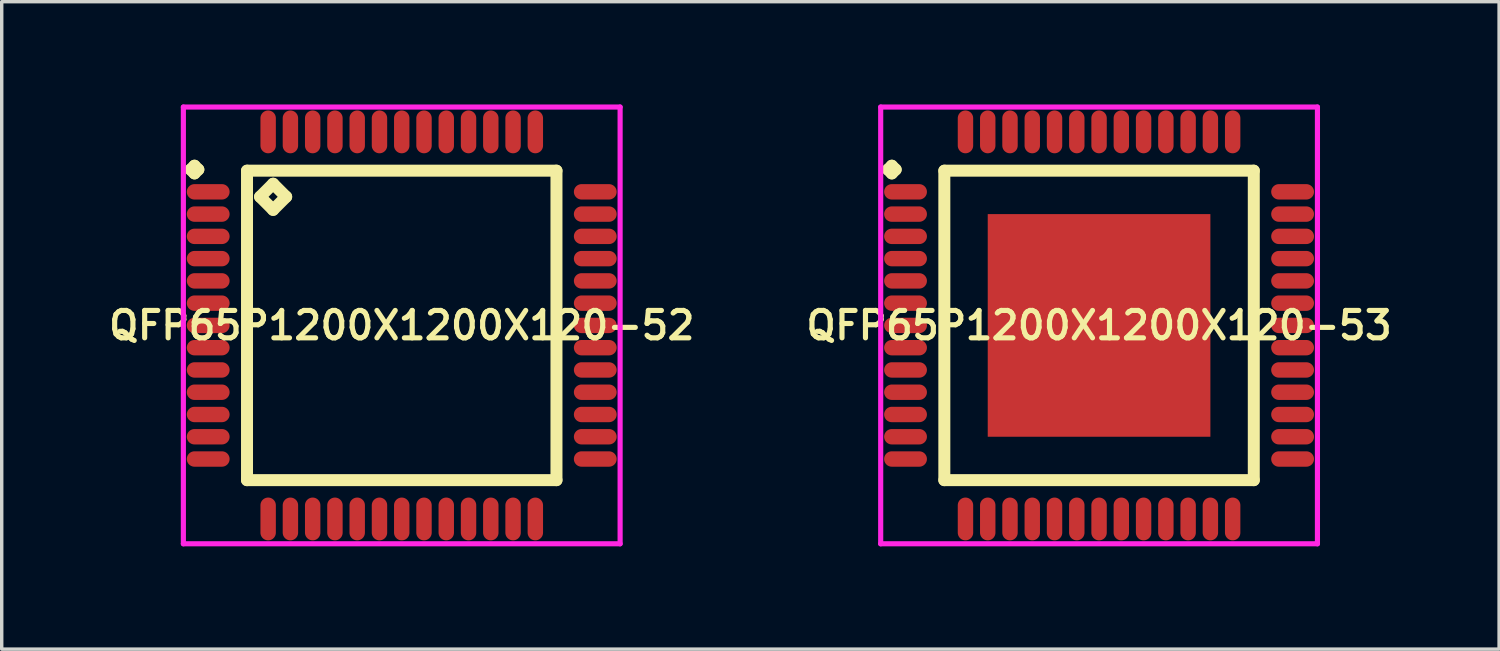
<source format=kicad_pcb>
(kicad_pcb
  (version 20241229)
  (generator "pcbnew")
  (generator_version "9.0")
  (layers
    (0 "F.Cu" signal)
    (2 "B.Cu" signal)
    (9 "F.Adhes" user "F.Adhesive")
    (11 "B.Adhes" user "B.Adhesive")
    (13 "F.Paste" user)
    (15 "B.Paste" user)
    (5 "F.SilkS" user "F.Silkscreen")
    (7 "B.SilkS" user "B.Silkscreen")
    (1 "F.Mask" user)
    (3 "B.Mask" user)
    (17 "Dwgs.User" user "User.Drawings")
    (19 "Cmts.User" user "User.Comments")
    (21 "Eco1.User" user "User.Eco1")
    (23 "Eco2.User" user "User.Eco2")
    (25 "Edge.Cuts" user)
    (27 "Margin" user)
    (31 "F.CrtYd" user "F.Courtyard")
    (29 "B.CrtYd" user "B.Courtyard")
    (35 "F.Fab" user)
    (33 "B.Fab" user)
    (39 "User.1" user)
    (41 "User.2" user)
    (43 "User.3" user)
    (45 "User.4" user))
  (footprint "QFP65P1200X1200X120-52"
    (layer "F.Cu")
    (at 8.678 6.45)
    (property "Reference" "QFP65P1200X1200X120-52" (at 0 0 0) (layer "F.SilkS") (effects (font (size 0.8 0.8) (thickness 0.15))))
    (attr smd)
    (fp_line (start -6.162 -4.55) (end -6.05 -4.662) (stroke (width 0.35) (type solid)) (layer "F.SilkS"))
    (fp_line (start -6.05 -4.662) (end -5.938 -4.55) (stroke (width 0.35) (type solid)) (layer "F.SilkS"))
    (fp_line (start -6.05 -4.438) (end -6.162 -4.55) (stroke (width 0.35) (type solid)) (layer "F.SilkS"))
    (fp_line (start -5.938 -4.55) (end -6.05 -4.438) (stroke (width 0.35) (type solid)) (layer "F.SilkS"))
    (fp_line (start -4.517 -4.517) (end -4.517 4.517) (stroke (width 0.35) (type solid)) (layer "F.SilkS"))
    (fp_line (start -4.517 4.517) (end 4.517 4.517) (stroke (width 0.35) (type solid)) (layer "F.SilkS"))
    (fp_line (start -4.136 -3.755) (end -3.755 -4.136) (stroke (width 0.35) (type solid)) (layer "F.SilkS"))
    (fp_line (start -3.755 -4.136) (end -3.374 -3.755) (stroke (width 0.35) (type solid)) (layer "F.SilkS"))
    (fp_line (start -3.755 -3.374) (end -4.136 -3.755) (stroke (width 0.35) (type solid)) (layer "F.SilkS"))
    (fp_line (start -3.374 -3.755) (end -3.755 -3.374) (stroke (width 0.35) (type solid)) (layer "F.SilkS"))
    (fp_line (start 4.517 -4.517) (end -4.517 -4.517) (stroke (width 0.35) (type solid)) (layer "F.SilkS"))
    (fp_line (start 4.517 4.517) (end 4.517 -4.517) (stroke (width 0.35) (type solid)) (layer "F.SilkS"))
    (fp_line (start -6.375 -6.375) (end 6.375 -6.375) (stroke (width 0.15) (type solid)) (layer "F.CrtYd"))
    (fp_line (start -6.375 6.375) (end -6.375 -6.375) (stroke (width 0.15) (type solid)) (layer "F.CrtYd"))
    (fp_line (start 6.375 -6.375) (end 6.375 6.375) (stroke (width 0.15) (type solid)) (layer "F.CrtYd"))
    (fp_line (start 6.375 6.375) (end -6.375 6.375) (stroke (width 0.15) (type solid)) (layer "F.CrtYd"))
    (pad "1" smd oval (at -5.65 -3.9) (size 1.25 0.45) (layers "F.Cu" "F.Mask" "F.Paste"))
    (pad "2" smd oval (at -5.65 -3.25) (size 1.25 0.45) (layers "F.Cu" "F.Mask" "F.Paste"))
    (pad "3" smd oval (at -5.65 -2.6) (size 1.25 0.45) (layers "F.Cu" "F.Mask" "F.Paste"))
    (pad "4" smd oval (at -5.65 -1.95) (size 1.25 0.45) (layers "F.Cu" "F.Mask" "F.Paste"))
    (pad "5" smd oval (at -5.65 -1.3) (size 1.25 0.45) (layers "F.Cu" "F.Mask" "F.Paste"))
    (pad "6" smd oval (at -5.65 -0.65) (size 1.25 0.45) (layers "F.Cu" "F.Mask" "F.Paste"))
    (pad "7" smd oval (at -5.65 0) (size 1.25 0.45) (layers "F.Cu" "F.Mask" "F.Paste"))
    (pad "8" smd oval (at -5.65 0.65) (size 1.25 0.45) (layers "F.Cu" "F.Mask" "F.Paste"))
    (pad "9" smd oval (at -5.65 1.3) (size 1.25 0.45) (layers "F.Cu" "F.Mask" "F.Paste"))
    (pad "10" smd oval (at -5.65 1.95) (size 1.25 0.45) (layers "F.Cu" "F.Mask" "F.Paste"))
    (pad "11" smd oval (at -5.65 2.6) (size 1.25 0.45) (layers "F.Cu" "F.Mask" "F.Paste"))
    (pad "12" smd oval (at -5.65 3.25) (size 1.25 0.45) (layers "F.Cu" "F.Mask" "F.Paste"))
    (pad "13" smd oval (at -5.65 3.9) (size 1.25 0.45) (layers "F.Cu" "F.Mask" "F.Paste"))
    (pad "14" smd oval (at -3.9 5.65) (size 0.45 1.25) (layers "F.Cu" "F.Mask" "F.Paste"))
    (pad "15" smd oval (at -3.25 5.65) (size 0.45 1.25) (layers "F.Cu" "F.Mask" "F.Paste"))
    (pad "16" smd oval (at -2.6 5.65) (size 0.45 1.25) (layers "F.Cu" "F.Mask" "F.Paste"))
    (pad "17" smd oval (at -1.95 5.65) (size 0.45 1.25) (layers "F.Cu" "F.Mask" "F.Paste"))
    (pad "18" smd oval (at -1.3 5.65) (size 0.45 1.25) (layers "F.Cu" "F.Mask" "F.Paste"))
    (pad "19" smd oval (at -0.65 5.65) (size 0.45 1.25) (layers "F.Cu" "F.Mask" "F.Paste"))
    (pad "20" smd oval (at 0 5.65) (size 0.45 1.25) (layers "F.Cu" "F.Mask" "F.Paste"))
    (pad "21" smd oval (at 0.65 5.65) (size 0.45 1.25) (layers "F.Cu" "F.Mask" "F.Paste"))
    (pad "22" smd oval (at 1.3 5.65) (size 0.45 1.25) (layers "F.Cu" "F.Mask" "F.Paste"))
    (pad "23" smd oval (at 1.95 5.65) (size 0.45 1.25) (layers "F.Cu" "F.Mask" "F.Paste"))
    (pad "24" smd oval (at 2.6 5.65) (size 0.45 1.25) (layers "F.Cu" "F.Mask" "F.Paste"))
    (pad "25" smd oval (at 3.25 5.65) (size 0.45 1.25) (layers "F.Cu" "F.Mask" "F.Paste"))
    (pad "26" smd oval (at 3.9 5.65) (size 0.45 1.25) (layers "F.Cu" "F.Mask" "F.Paste"))
    (pad "27" smd oval (at 5.65 3.9) (size 1.25 0.45) (layers "F.Cu" "F.Mask" "F.Paste"))
    (pad "28" smd oval (at 5.65 3.25) (size 1.25 0.45) (layers "F.Cu" "F.Mask" "F.Paste"))
    (pad "29" smd oval (at 5.65 2.6) (size 1.25 0.45) (layers "F.Cu" "F.Mask" "F.Paste"))
    (pad "30" smd oval (at 5.65 1.95) (size 1.25 0.45) (layers "F.Cu" "F.Mask" "F.Paste"))
    (pad "31" smd oval (at 5.65 1.3) (size 1.25 0.45) (layers "F.Cu" "F.Mask" "F.Paste"))
    (pad "32" smd oval (at 5.65 0.65) (size 1.25 0.45) (layers "F.Cu" "F.Mask" "F.Paste"))
    (pad "33" smd oval (at 5.65 0) (size 1.25 0.45) (layers "F.Cu" "F.Mask" "F.Paste"))
    (pad "34" smd oval (at 5.65 -0.65) (size 1.25 0.45) (layers "F.Cu" "F.Mask" "F.Paste"))
    (pad "35" smd oval (at 5.65 -1.3) (size 1.25 0.45) (layers "F.Cu" "F.Mask" "F.Paste"))
    (pad "36" smd oval (at 5.65 -1.95) (size 1.25 0.45) (layers "F.Cu" "F.Mask" "F.Paste"))
    (pad "37" smd oval (at 5.65 -2.6) (size 1.25 0.45) (layers "F.Cu" "F.Mask" "F.Paste"))
    (pad "38" smd oval (at 5.65 -3.25) (size 1.25 0.45) (layers "F.Cu" "F.Mask" "F.Paste"))
    (pad "39" smd oval (at 5.65 -3.9) (size 1.25 0.45) (layers "F.Cu" "F.Mask" "F.Paste"))
    (pad "40" smd oval (at 3.9 -5.65) (size 0.45 1.25) (layers "F.Cu" "F.Mask" "F.Paste"))
    (pad "41" smd oval (at 3.25 -5.65) (size 0.45 1.25) (layers "F.Cu" "F.Mask" "F.Paste"))
    (pad "42" smd oval (at 2.6 -5.65) (size 0.45 1.25) (layers "F.Cu" "F.Mask" "F.Paste"))
    (pad "43" smd oval (at 1.95 -5.65) (size 0.45 1.25) (layers "F.Cu" "F.Mask" "F.Paste"))
    (pad "44" smd oval (at 1.3 -5.65) (size 0.45 1.25) (layers "F.Cu" "F.Mask" "F.Paste"))
    (pad "45" smd oval (at 0.65 -5.65) (size 0.45 1.25) (layers "F.Cu" "F.Mask" "F.Paste"))
    (pad "46" smd oval (at 0 -5.65) (size 0.45 1.25) (layers "F.Cu" "F.Mask" "F.Paste"))
    (pad "47" smd oval (at -0.65 -5.65) (size 0.45 1.25) (layers "F.Cu" "F.Mask" "F.Paste"))
    (pad "48" smd oval (at -1.3 -5.65) (size 0.45 1.25) (layers "F.Cu" "F.Mask" "F.Paste"))
    (pad "49" smd oval (at -1.95 -5.65) (size 0.45 1.25) (layers "F.Cu" "F.Mask" "F.Paste"))
    (pad "50" smd oval (at -2.6 -5.65) (size 0.45 1.25) (layers "F.Cu" "F.Mask" "F.Paste"))
    (pad "51" smd oval (at -3.25 -5.65) (size 0.45 1.25) (layers "F.Cu" "F.Mask" "F.Paste"))
    (pad "52" smd oval (at -3.9 -5.65) (size 0.45 1.25) (layers "F.Cu" "F.Mask" "F.Paste")))
  (footprint "QFP65P1200X1200X120-53"
    (layer "F.Cu")
    (at 29.035 6.45)
    (property "Reference" "QFP65P1200X1200X120-53" (at 0 0 0) (layer "F.SilkS") (effects (font (size 0.8 0.8) (thickness 0.15))))
    (attr smd)
    (fp_line (start -6.162 -4.55) (end -6.05 -4.662) (stroke (width 0.35) (type solid)) (layer "F.SilkS"))
    (fp_line (start -6.05 -4.662) (end -5.938 -4.55) (stroke (width 0.35) (type solid)) (layer "F.SilkS"))
    (fp_line (start -6.05 -4.438) (end -6.162 -4.55) (stroke (width 0.35) (type solid)) (layer "F.SilkS"))
    (fp_line (start -5.938 -4.55) (end -6.05 -4.438) (stroke (width 0.35) (type solid)) (layer "F.SilkS"))
    (fp_line (start -4.517 -4.517) (end -4.517 4.517) (stroke (width 0.35) (type solid)) (layer "F.SilkS"))
    (fp_line (start -4.517 4.517) (end 4.517 4.517) (stroke (width 0.35) (type solid)) (layer "F.SilkS"))
    (fp_line (start 4.517 -4.517) (end -4.517 -4.517) (stroke (width 0.35) (type solid)) (layer "F.SilkS"))
    (fp_line (start 4.517 4.517) (end 4.517 -4.517) (stroke (width 0.35) (type solid)) (layer "F.SilkS"))
    (fp_line (start -6.375 -6.375) (end 6.375 -6.375) (stroke (width 0.15) (type solid)) (layer "F.CrtYd"))
    (fp_line (start -6.375 6.375) (end -6.375 -6.375) (stroke (width 0.15) (type solid)) (layer "F.CrtYd"))
    (fp_line (start 6.375 -6.375) (end 6.375 6.375) (stroke (width 0.15) (type solid)) (layer "F.CrtYd"))
    (fp_line (start 6.375 6.375) (end -6.375 6.375) (stroke (width 0.15) (type solid)) (layer "F.CrtYd"))
    (pad "1" smd oval (at -5.65 -3.9) (size 1.25 0.45) (layers "F.Cu" "F.Mask" "F.Paste"))
    (pad "2" smd oval (at -5.65 -3.25) (size 1.25 0.45) (layers "F.Cu" "F.Mask" "F.Paste"))
    (pad "3" smd oval (at -5.65 -2.6) (size 1.25 0.45) (layers "F.Cu" "F.Mask" "F.Paste"))
    (pad "4" smd oval (at -5.65 -1.95) (size 1.25 0.45) (layers "F.Cu" "F.Mask" "F.Paste"))
    (pad "5" smd oval (at -5.65 -1.3) (size 1.25 0.45) (layers "F.Cu" "F.Mask" "F.Paste"))
    (pad "6" smd oval (at -5.65 -0.65) (size 1.25 0.45) (layers "F.Cu" "F.Mask" "F.Paste"))
    (pad "7" smd oval (at -5.65 0) (size 1.25 0.45) (layers "F.Cu" "F.Mask" "F.Paste"))
    (pad "8" smd oval (at -5.65 0.65) (size 1.25 0.45) (layers "F.Cu" "F.Mask" "F.Paste"))
    (pad "9" smd oval (at -5.65 1.3) (size 1.25 0.45) (layers "F.Cu" "F.Mask" "F.Paste"))
    (pad "10" smd oval (at -5.65 1.95) (size 1.25 0.45) (layers "F.Cu" "F.Mask" "F.Paste"))
    (pad "11" smd oval (at -5.65 2.6) (size 1.25 0.45) (layers "F.Cu" "F.Mask" "F.Paste"))
    (pad "12" smd oval (at -5.65 3.25) (size 1.25 0.45) (layers "F.Cu" "F.Mask" "F.Paste"))
    (pad "13" smd oval (at -5.65 3.9) (size 1.25 0.45) (layers "F.Cu" "F.Mask" "F.Paste"))
    (pad "14" smd oval (at -3.9 5.65) (size 0.45 1.25) (layers "F.Cu" "F.Mask" "F.Paste"))
    (pad "15" smd oval (at -3.25 5.65) (size 0.45 1.25) (layers "F.Cu" "F.Mask" "F.Paste"))
    (pad "16" smd oval (at -2.6 5.65) (size 0.45 1.25) (layers "F.Cu" "F.Mask" "F.Paste"))
    (pad "17" smd oval (at -1.95 5.65) (size 0.45 1.25) (layers "F.Cu" "F.Mask" "F.Paste"))
    (pad "18" smd oval (at -1.3 5.65) (size 0.45 1.25) (layers "F.Cu" "F.Mask" "F.Paste"))
    (pad "19" smd oval (at -0.65 5.65) (size 0.45 1.25) (layers "F.Cu" "F.Mask" "F.Paste"))
    (pad "20" smd oval (at 0 5.65) (size 0.45 1.25) (layers "F.Cu" "F.Mask" "F.Paste"))
    (pad "21" smd oval (at 0.65 5.65) (size 0.45 1.25) (layers "F.Cu" "F.Mask" "F.Paste"))
    (pad "22" smd oval (at 1.3 5.65) (size 0.45 1.25) (layers "F.Cu" "F.Mask" "F.Paste"))
    (pad "23" smd oval (at 1.95 5.65) (size 0.45 1.25) (layers "F.Cu" "F.Mask" "F.Paste"))
    (pad "24" smd oval (at 2.6 5.65) (size 0.45 1.25) (layers "F.Cu" "F.Mask" "F.Paste"))
    (pad "25" smd oval (at 3.25 5.65) (size 0.45 1.25) (layers "F.Cu" "F.Mask" "F.Paste"))
    (pad "26" smd oval (at 3.9 5.65) (size 0.45 1.25) (layers "F.Cu" "F.Mask" "F.Paste"))
    (pad "27" smd oval (at 5.65 3.9) (size 1.25 0.45) (layers "F.Cu" "F.Mask" "F.Paste"))
    (pad "28" smd oval (at 5.65 3.25) (size 1.25 0.45) (layers "F.Cu" "F.Mask" "F.Paste"))
    (pad "29" smd oval (at 5.65 2.6) (size 1.25 0.45) (layers "F.Cu" "F.Mask" "F.Paste"))
    (pad "30" smd oval (at 5.65 1.95) (size 1.25 0.45) (layers "F.Cu" "F.Mask" "F.Paste"))
    (pad "31" smd oval (at 5.65 1.3) (size 1.25 0.45) (layers "F.Cu" "F.Mask" "F.Paste"))
    (pad "32" smd oval (at 5.65 0.65) (size 1.25 0.45) (layers "F.Cu" "F.Mask" "F.Paste"))
    (pad "33" smd oval (at 5.65 0) (size 1.25 0.45) (layers "F.Cu" "F.Mask" "F.Paste"))
    (pad "34" smd oval (at 5.65 -0.65) (size 1.25 0.45) (layers "F.Cu" "F.Mask" "F.Paste"))
    (pad "35" smd oval (at 5.65 -1.3) (size 1.25 0.45) (layers "F.Cu" "F.Mask" "F.Paste"))
    (pad "36" smd oval (at 5.65 -1.95) (size 1.25 0.45) (layers "F.Cu" "F.Mask" "F.Paste"))
    (pad "37" smd oval (at 5.65 -2.6) (size 1.25 0.45) (layers "F.Cu" "F.Mask" "F.Paste"))
    (pad "38" smd oval (at 5.65 -3.25) (size 1.25 0.45) (layers "F.Cu" "F.Mask" "F.Paste"))
    (pad "39" smd oval (at 5.65 -3.9) (size 1.25 0.45) (layers "F.Cu" "F.Mask" "F.Paste"))
    (pad "40" smd oval (at 3.9 -5.65) (size 0.45 1.25) (layers "F.Cu" "F.Mask" "F.Paste"))
    (pad "41" smd oval (at 3.25 -5.65) (size 0.45 1.25) (layers "F.Cu" "F.Mask" "F.Paste"))
    (pad "42" smd oval (at 2.6 -5.65) (size 0.45 1.25) (layers "F.Cu" "F.Mask" "F.Paste"))
    (pad "43" smd oval (at 1.95 -5.65) (size 0.45 1.25) (layers "F.Cu" "F.Mask" "F.Paste"))
    (pad "44" smd oval (at 1.3 -5.65) (size 0.45 1.25) (layers "F.Cu" "F.Mask" "F.Paste"))
    (pad "45" smd oval (at 0.65 -5.65) (size 0.45 1.25) (layers "F.Cu" "F.Mask" "F.Paste"))
    (pad "46" smd oval (at 0 -5.65) (size 0.45 1.25) (layers "F.Cu" "F.Mask" "F.Paste"))
    (pad "47" smd oval (at -0.65 -5.65) (size 0.45 1.25) (layers "F.Cu" "F.Mask" "F.Paste"))
    (pad "48" smd oval (at -1.3 -5.65) (size 0.45 1.25) (layers "F.Cu" "F.Mask" "F.Paste"))
    (pad "49" smd oval (at -1.95 -5.65) (size 0.45 1.25) (layers "F.Cu" "F.Mask" "F.Paste"))
    (pad "50" smd oval (at -2.6 -5.65) (size 0.45 1.25) (layers "F.Cu" "F.Mask" "F.Paste"))
    (pad "51" smd oval (at -3.25 -5.65) (size 0.45 1.25) (layers "F.Cu" "F.Mask" "F.Paste"))
    (pad "52" smd oval (at -3.9 -5.65) (size 0.45 1.25) (layers "F.Cu" "F.Mask" "F.Paste"))
    (pad "53" smd rect (at 0 0) (size 6.5 6.5) (layers "F.Cu" "F.Mask" "F.Paste")))
  (gr_rect
    (start -3 -3)
    (end 40.713 15.9)
    (stroke (width 0.1) (type default))
    (fill no)
    (layer "Edge.Cuts")))
</source>
